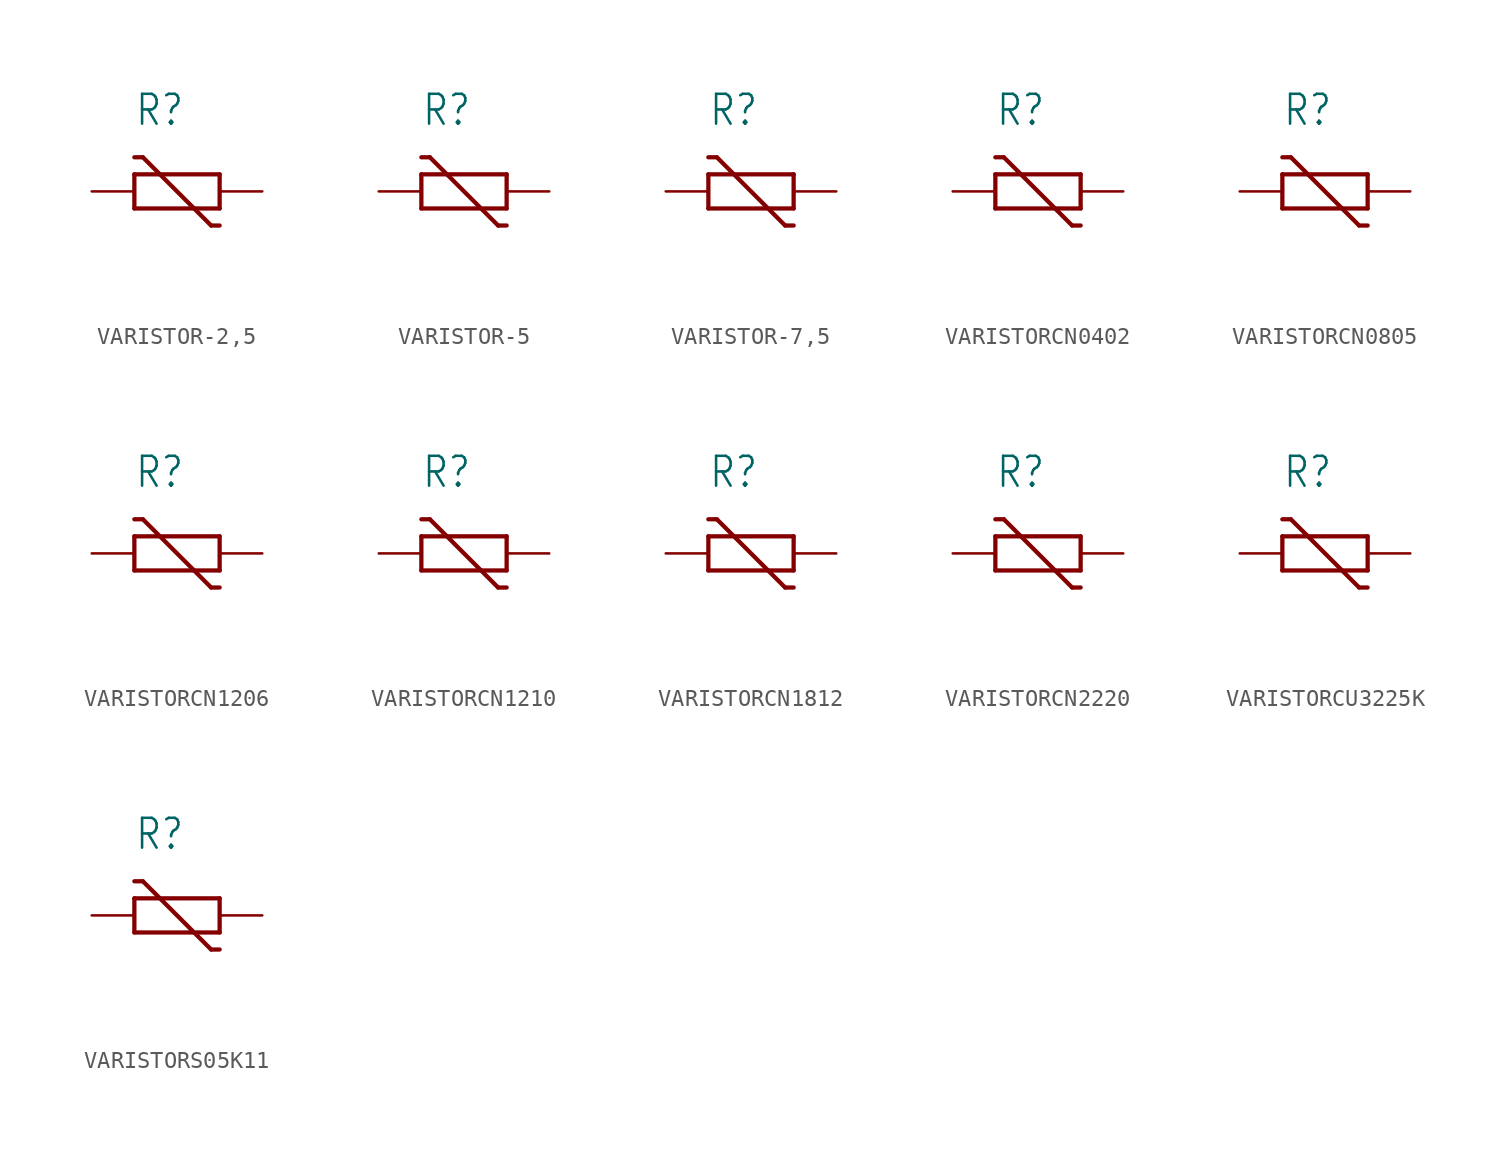
<source format=kicad_sym>
(kicad_symbol_lib
  (version 20220914)
  (generator kicad_symbol_editor)
  (symbol "VARISTOR-2,5"
    (property "Reference" "R"
      (at -2.54 3.81 0)
      (effects (font (size 1.778 1.511)) (justify left bottom)))
    (property "Value" ""
      (at -2.54 -6.35 0)
      (effects (font (size 1.778 1.511)) (justify left bottom)))
    (property "ki_locked" ""
      (at 0 0 0)
      (effects (font (size 1.27 1.27))))
    (symbol "VARISTOR-2,5_1_0"
      (polyline (pts (xy -2.54 -1.016) (xy -2.54 1.016)) (stroke (width 0.254) (type solid)) (fill (type none)))
      (polyline (pts (xy -2.54 1.016) (xy 2.54 1.016)) (stroke (width 0.254) (type solid)) (fill (type none)))
      (polyline (pts (xy -2.032 2.032) (xy -2.54 2.032)) (stroke (width 0.254) (type solid)) (fill (type none)))
      (polyline (pts (xy 2.032 -2.032) (xy -2.032 2.032)) (stroke (width 0.254) (type solid)) (fill (type none)))
      (polyline (pts (xy 2.54 -2.032) (xy 2.032 -2.032)) (stroke (width 0.254) (type solid)) (fill (type none)))
      (polyline (pts (xy 2.54 -1.016) (xy -2.54 -1.016)) (stroke (width 0.254) (type solid)) (fill (type none)))
      (polyline (pts (xy 2.54 1.016) (xy 2.54 -1.016)) (stroke (width 0.254) (type solid)) (fill (type none)))
      (pin passive line (at 5.08 0 180) (length 2.54) (name "1" (effects (font (size 0 0)))) (number "1" (effects (font (size 0 0)))))
      (pin passive line (at -5.08 0 0) (length 2.54) (name "2" (effects (font (size 0 0)))) (number "2" (effects (font (size 0 0)))))))
  (symbol "VARISTOR-5"
    (property "Reference" "R"
      (at -2.54 3.81 0)
      (effects (font (size 1.778 1.511)) (justify left bottom)))
    (property "Value" ""
      (at -2.54 -6.35 0)
      (effects (font (size 1.778 1.511)) (justify left bottom)))
    (property "ki_locked" ""
      (at 0 0 0)
      (effects (font (size 1.27 1.27))))
    (symbol "VARISTOR-5_1_0"
      (polyline (pts (xy -2.54 -1.016) (xy -2.54 1.016)) (stroke (width 0.254) (type solid)) (fill (type none)))
      (polyline (pts (xy -2.54 1.016) (xy 2.54 1.016)) (stroke (width 0.254) (type solid)) (fill (type none)))
      (polyline (pts (xy -2.032 2.032) (xy -2.54 2.032)) (stroke (width 0.254) (type solid)) (fill (type none)))
      (polyline (pts (xy 2.032 -2.032) (xy -2.032 2.032)) (stroke (width 0.254) (type solid)) (fill (type none)))
      (polyline (pts (xy 2.54 -2.032) (xy 2.032 -2.032)) (stroke (width 0.254) (type solid)) (fill (type none)))
      (polyline (pts (xy 2.54 -1.016) (xy -2.54 -1.016)) (stroke (width 0.254) (type solid)) (fill (type none)))
      (polyline (pts (xy 2.54 1.016) (xy 2.54 -1.016)) (stroke (width 0.254) (type solid)) (fill (type none)))
      (pin passive line (at 5.08 0 180) (length 2.54) (name "1" (effects (font (size 0 0)))) (number "1" (effects (font (size 0 0)))))
      (pin passive line (at -5.08 0 0) (length 2.54) (name "2" (effects (font (size 0 0)))) (number "2" (effects (font (size 0 0)))))))
  (symbol "VARISTOR-7,5"
    (property "Reference" "R"
      (at -2.54 3.81 0)
      (effects (font (size 1.778 1.511)) (justify left bottom)))
    (property "Value" ""
      (at -2.54 -6.35 0)
      (effects (font (size 1.778 1.511)) (justify left bottom)))
    (property "ki_locked" ""
      (at 0 0 0)
      (effects (font (size 1.27 1.27))))
    (symbol "VARISTOR-7,5_1_0"
      (polyline (pts (xy -2.54 -1.016) (xy -2.54 1.016)) (stroke (width 0.254) (type solid)) (fill (type none)))
      (polyline (pts (xy -2.54 1.016) (xy 2.54 1.016)) (stroke (width 0.254) (type solid)) (fill (type none)))
      (polyline (pts (xy -2.032 2.032) (xy -2.54 2.032)) (stroke (width 0.254) (type solid)) (fill (type none)))
      (polyline (pts (xy 2.032 -2.032) (xy -2.032 2.032)) (stroke (width 0.254) (type solid)) (fill (type none)))
      (polyline (pts (xy 2.54 -2.032) (xy 2.032 -2.032)) (stroke (width 0.254) (type solid)) (fill (type none)))
      (polyline (pts (xy 2.54 -1.016) (xy -2.54 -1.016)) (stroke (width 0.254) (type solid)) (fill (type none)))
      (polyline (pts (xy 2.54 1.016) (xy 2.54 -1.016)) (stroke (width 0.254) (type solid)) (fill (type none)))
      (pin passive line (at 5.08 0 180) (length 2.54) (name "1" (effects (font (size 0 0)))) (number "1" (effects (font (size 0 0)))))
      (pin passive line (at -5.08 0 0) (length 2.54) (name "2" (effects (font (size 0 0)))) (number "2" (effects (font (size 0 0)))))))
  (symbol "VARISTORCN0402"
    (property "Reference" "R"
      (at -2.54 3.81 0)
      (effects (font (size 1.778 1.511)) (justify left bottom)))
    (property "Value" ""
      (at -2.54 -6.35 0)
      (effects (font (size 1.778 1.511)) (justify left bottom)))
    (property "ki_locked" ""
      (at 0 0 0)
      (effects (font (size 1.27 1.27))))
    (symbol "VARISTORCN0402_1_0"
      (polyline (pts (xy -2.54 -1.016) (xy -2.54 1.016)) (stroke (width 0.254) (type solid)) (fill (type none)))
      (polyline (pts (xy -2.54 1.016) (xy 2.54 1.016)) (stroke (width 0.254) (type solid)) (fill (type none)))
      (polyline (pts (xy -2.032 2.032) (xy -2.54 2.032)) (stroke (width 0.254) (type solid)) (fill (type none)))
      (polyline (pts (xy 2.032 -2.032) (xy -2.032 2.032)) (stroke (width 0.254) (type solid)) (fill (type none)))
      (polyline (pts (xy 2.54 -2.032) (xy 2.032 -2.032)) (stroke (width 0.254) (type solid)) (fill (type none)))
      (polyline (pts (xy 2.54 -1.016) (xy -2.54 -1.016)) (stroke (width 0.254) (type solid)) (fill (type none)))
      (polyline (pts (xy 2.54 1.016) (xy 2.54 -1.016)) (stroke (width 0.254) (type solid)) (fill (type none)))
      (pin passive line (at 5.08 0 180) (length 2.54) (name "1" (effects (font (size 0 0)))) (number "1" (effects (font (size 0 0)))))
      (pin passive line (at -5.08 0 0) (length 2.54) (name "2" (effects (font (size 0 0)))) (number "2" (effects (font (size 0 0)))))))
  (symbol "VARISTORCN0805"
    (property "Reference" "R"
      (at -2.54 3.81 0)
      (effects (font (size 1.778 1.511)) (justify left bottom)))
    (property "Value" ""
      (at -2.54 -6.35 0)
      (effects (font (size 1.778 1.511)) (justify left bottom)))
    (property "ki_locked" ""
      (at 0 0 0)
      (effects (font (size 1.27 1.27))))
    (symbol "VARISTORCN0805_1_0"
      (polyline (pts (xy -2.54 -1.016) (xy -2.54 1.016)) (stroke (width 0.254) (type solid)) (fill (type none)))
      (polyline (pts (xy -2.54 1.016) (xy 2.54 1.016)) (stroke (width 0.254) (type solid)) (fill (type none)))
      (polyline (pts (xy -2.032 2.032) (xy -2.54 2.032)) (stroke (width 0.254) (type solid)) (fill (type none)))
      (polyline (pts (xy 2.032 -2.032) (xy -2.032 2.032)) (stroke (width 0.254) (type solid)) (fill (type none)))
      (polyline (pts (xy 2.54 -2.032) (xy 2.032 -2.032)) (stroke (width 0.254) (type solid)) (fill (type none)))
      (polyline (pts (xy 2.54 -1.016) (xy -2.54 -1.016)) (stroke (width 0.254) (type solid)) (fill (type none)))
      (polyline (pts (xy 2.54 1.016) (xy 2.54 -1.016)) (stroke (width 0.254) (type solid)) (fill (type none)))
      (pin passive line (at 5.08 0 180) (length 2.54) (name "1" (effects (font (size 0 0)))) (number "1" (effects (font (size 0 0)))))
      (pin passive line (at -5.08 0 0) (length 2.54) (name "2" (effects (font (size 0 0)))) (number "2" (effects (font (size 0 0)))))))
  (symbol "VARISTORCN1206"
    (property "Reference" "R"
      (at -2.54 3.81 0)
      (effects (font (size 1.778 1.511)) (justify left bottom)))
    (property "Value" ""
      (at -2.54 -6.35 0)
      (effects (font (size 1.778 1.511)) (justify left bottom)))
    (property "ki_locked" ""
      (at 0 0 0)
      (effects (font (size 1.27 1.27))))
    (symbol "VARISTORCN1206_1_0"
      (polyline (pts (xy -2.54 -1.016) (xy -2.54 1.016)) (stroke (width 0.254) (type solid)) (fill (type none)))
      (polyline (pts (xy -2.54 1.016) (xy 2.54 1.016)) (stroke (width 0.254) (type solid)) (fill (type none)))
      (polyline (pts (xy -2.032 2.032) (xy -2.54 2.032)) (stroke (width 0.254) (type solid)) (fill (type none)))
      (polyline (pts (xy 2.032 -2.032) (xy -2.032 2.032)) (stroke (width 0.254) (type solid)) (fill (type none)))
      (polyline (pts (xy 2.54 -2.032) (xy 2.032 -2.032)) (stroke (width 0.254) (type solid)) (fill (type none)))
      (polyline (pts (xy 2.54 -1.016) (xy -2.54 -1.016)) (stroke (width 0.254) (type solid)) (fill (type none)))
      (polyline (pts (xy 2.54 1.016) (xy 2.54 -1.016)) (stroke (width 0.254) (type solid)) (fill (type none)))
      (pin passive line (at 5.08 0 180) (length 2.54) (name "1" (effects (font (size 0 0)))) (number "1" (effects (font (size 0 0)))))
      (pin passive line (at -5.08 0 0) (length 2.54) (name "2" (effects (font (size 0 0)))) (number "2" (effects (font (size 0 0)))))))
  (symbol "VARISTORCN1210"
    (property "Reference" "R"
      (at -2.54 3.81 0)
      (effects (font (size 1.778 1.511)) (justify left bottom)))
    (property "Value" ""
      (at -2.54 -6.35 0)
      (effects (font (size 1.778 1.511)) (justify left bottom)))
    (property "ki_locked" ""
      (at 0 0 0)
      (effects (font (size 1.27 1.27))))
    (symbol "VARISTORCN1210_1_0"
      (polyline (pts (xy -2.54 -1.016) (xy -2.54 1.016)) (stroke (width 0.254) (type solid)) (fill (type none)))
      (polyline (pts (xy -2.54 1.016) (xy 2.54 1.016)) (stroke (width 0.254) (type solid)) (fill (type none)))
      (polyline (pts (xy -2.032 2.032) (xy -2.54 2.032)) (stroke (width 0.254) (type solid)) (fill (type none)))
      (polyline (pts (xy 2.032 -2.032) (xy -2.032 2.032)) (stroke (width 0.254) (type solid)) (fill (type none)))
      (polyline (pts (xy 2.54 -2.032) (xy 2.032 -2.032)) (stroke (width 0.254) (type solid)) (fill (type none)))
      (polyline (pts (xy 2.54 -1.016) (xy -2.54 -1.016)) (stroke (width 0.254) (type solid)) (fill (type none)))
      (polyline (pts (xy 2.54 1.016) (xy 2.54 -1.016)) (stroke (width 0.254) (type solid)) (fill (type none)))
      (pin passive line (at 5.08 0 180) (length 2.54) (name "1" (effects (font (size 0 0)))) (number "1" (effects (font (size 0 0)))))
      (pin passive line (at -5.08 0 0) (length 2.54) (name "2" (effects (font (size 0 0)))) (number "2" (effects (font (size 0 0)))))))
  (symbol "VARISTORCN1812"
    (property "Reference" "R"
      (at -2.54 3.81 0)
      (effects (font (size 1.778 1.511)) (justify left bottom)))
    (property "Value" ""
      (at -2.54 -6.35 0)
      (effects (font (size 1.778 1.511)) (justify left bottom)))
    (property "ki_locked" ""
      (at 0 0 0)
      (effects (font (size 1.27 1.27))))
    (symbol "VARISTORCN1812_1_0"
      (polyline (pts (xy -2.54 -1.016) (xy -2.54 1.016)) (stroke (width 0.254) (type solid)) (fill (type none)))
      (polyline (pts (xy -2.54 1.016) (xy 2.54 1.016)) (stroke (width 0.254) (type solid)) (fill (type none)))
      (polyline (pts (xy -2.032 2.032) (xy -2.54 2.032)) (stroke (width 0.254) (type solid)) (fill (type none)))
      (polyline (pts (xy 2.032 -2.032) (xy -2.032 2.032)) (stroke (width 0.254) (type solid)) (fill (type none)))
      (polyline (pts (xy 2.54 -2.032) (xy 2.032 -2.032)) (stroke (width 0.254) (type solid)) (fill (type none)))
      (polyline (pts (xy 2.54 -1.016) (xy -2.54 -1.016)) (stroke (width 0.254) (type solid)) (fill (type none)))
      (polyline (pts (xy 2.54 1.016) (xy 2.54 -1.016)) (stroke (width 0.254) (type solid)) (fill (type none)))
      (pin passive line (at 5.08 0 180) (length 2.54) (name "1" (effects (font (size 0 0)))) (number "1" (effects (font (size 0 0)))))
      (pin passive line (at -5.08 0 0) (length 2.54) (name "2" (effects (font (size 0 0)))) (number "2" (effects (font (size 0 0)))))))
  (symbol "VARISTORCN2220"
    (property "Reference" "R"
      (at -2.54 3.81 0)
      (effects (font (size 1.778 1.511)) (justify left bottom)))
    (property "Value" ""
      (at -2.54 -6.35 0)
      (effects (font (size 1.778 1.511)) (justify left bottom)))
    (property "ki_locked" ""
      (at 0 0 0)
      (effects (font (size 1.27 1.27))))
    (symbol "VARISTORCN2220_1_0"
      (polyline (pts (xy -2.54 -1.016) (xy -2.54 1.016)) (stroke (width 0.254) (type solid)) (fill (type none)))
      (polyline (pts (xy -2.54 1.016) (xy 2.54 1.016)) (stroke (width 0.254) (type solid)) (fill (type none)))
      (polyline (pts (xy -2.032 2.032) (xy -2.54 2.032)) (stroke (width 0.254) (type solid)) (fill (type none)))
      (polyline (pts (xy 2.032 -2.032) (xy -2.032 2.032)) (stroke (width 0.254) (type solid)) (fill (type none)))
      (polyline (pts (xy 2.54 -2.032) (xy 2.032 -2.032)) (stroke (width 0.254) (type solid)) (fill (type none)))
      (polyline (pts (xy 2.54 -1.016) (xy -2.54 -1.016)) (stroke (width 0.254) (type solid)) (fill (type none)))
      (polyline (pts (xy 2.54 1.016) (xy 2.54 -1.016)) (stroke (width 0.254) (type solid)) (fill (type none)))
      (pin passive line (at 5.08 0 180) (length 2.54) (name "1" (effects (font (size 0 0)))) (number "1" (effects (font (size 0 0)))))
      (pin passive line (at -5.08 0 0) (length 2.54) (name "2" (effects (font (size 0 0)))) (number "2" (effects (font (size 0 0)))))))
  (symbol "VARISTORCU3225K"
    (property "Reference" "R"
      (at -2.54 3.81 0)
      (effects (font (size 1.778 1.511)) (justify left bottom)))
    (property "Value" ""
      (at -2.54 -6.35 0)
      (effects (font (size 1.778 1.511)) (justify left bottom)))
    (property "ki_locked" ""
      (at 0 0 0)
      (effects (font (size 1.27 1.27))))
    (symbol "VARISTORCU3225K_1_0"
      (polyline (pts (xy -2.54 -1.016) (xy -2.54 1.016)) (stroke (width 0.254) (type solid)) (fill (type none)))
      (polyline (pts (xy -2.54 1.016) (xy 2.54 1.016)) (stroke (width 0.254) (type solid)) (fill (type none)))
      (polyline (pts (xy -2.032 2.032) (xy -2.54 2.032)) (stroke (width 0.254) (type solid)) (fill (type none)))
      (polyline (pts (xy 2.032 -2.032) (xy -2.032 2.032)) (stroke (width 0.254) (type solid)) (fill (type none)))
      (polyline (pts (xy 2.54 -2.032) (xy 2.032 -2.032)) (stroke (width 0.254) (type solid)) (fill (type none)))
      (polyline (pts (xy 2.54 -1.016) (xy -2.54 -1.016)) (stroke (width 0.254) (type solid)) (fill (type none)))
      (polyline (pts (xy 2.54 1.016) (xy 2.54 -1.016)) (stroke (width 0.254) (type solid)) (fill (type none)))
      (pin passive line (at 5.08 0 180) (length 2.54) (name "1" (effects (font (size 0 0)))) (number "1" (effects (font (size 0 0)))))
      (pin passive line (at -5.08 0 0) (length 2.54) (name "2" (effects (font (size 0 0)))) (number "2" (effects (font (size 0 0)))))))
  (symbol "VARISTORS05K11"
    (property "Reference" "R"
      (at -2.54 3.81 0)
      (effects (font (size 1.778 1.511)) (justify left bottom)))
    (property "Value" ""
      (at -2.54 -6.35 0)
      (effects (font (size 1.778 1.511)) (justify left bottom)))
    (property "ki_locked" ""
      (at 0 0 0)
      (effects (font (size 1.27 1.27))))
    (symbol "VARISTORS05K11_1_0"
      (polyline (pts (xy -2.54 -1.016) (xy -2.54 1.016)) (stroke (width 0.254) (type solid)) (fill (type none)))
      (polyline (pts (xy -2.54 1.016) (xy 2.54 1.016)) (stroke (width 0.254) (type solid)) (fill (type none)))
      (polyline (pts (xy -2.032 2.032) (xy -2.54 2.032)) (stroke (width 0.254) (type solid)) (fill (type none)))
      (polyline (pts (xy 2.032 -2.032) (xy -2.032 2.032)) (stroke (width 0.254) (type solid)) (fill (type none)))
      (polyline (pts (xy 2.54 -2.032) (xy 2.032 -2.032)) (stroke (width 0.254) (type solid)) (fill (type none)))
      (polyline (pts (xy 2.54 -1.016) (xy -2.54 -1.016)) (stroke (width 0.254) (type solid)) (fill (type none)))
      (polyline (pts (xy 2.54 1.016) (xy 2.54 -1.016)) (stroke (width 0.254) (type solid)) (fill (type none)))
      (pin passive line (at 5.08 0 180) (length 2.54) (name "1" (effects (font (size 0 0)))) (number "1" (effects (font (size 0 0)))))
      (pin passive line (at -5.08 0 0) (length 2.54) (name "2" (effects (font (size 0 0)))) (number "2" (effects (font (size 0 0))))))))
</source>
